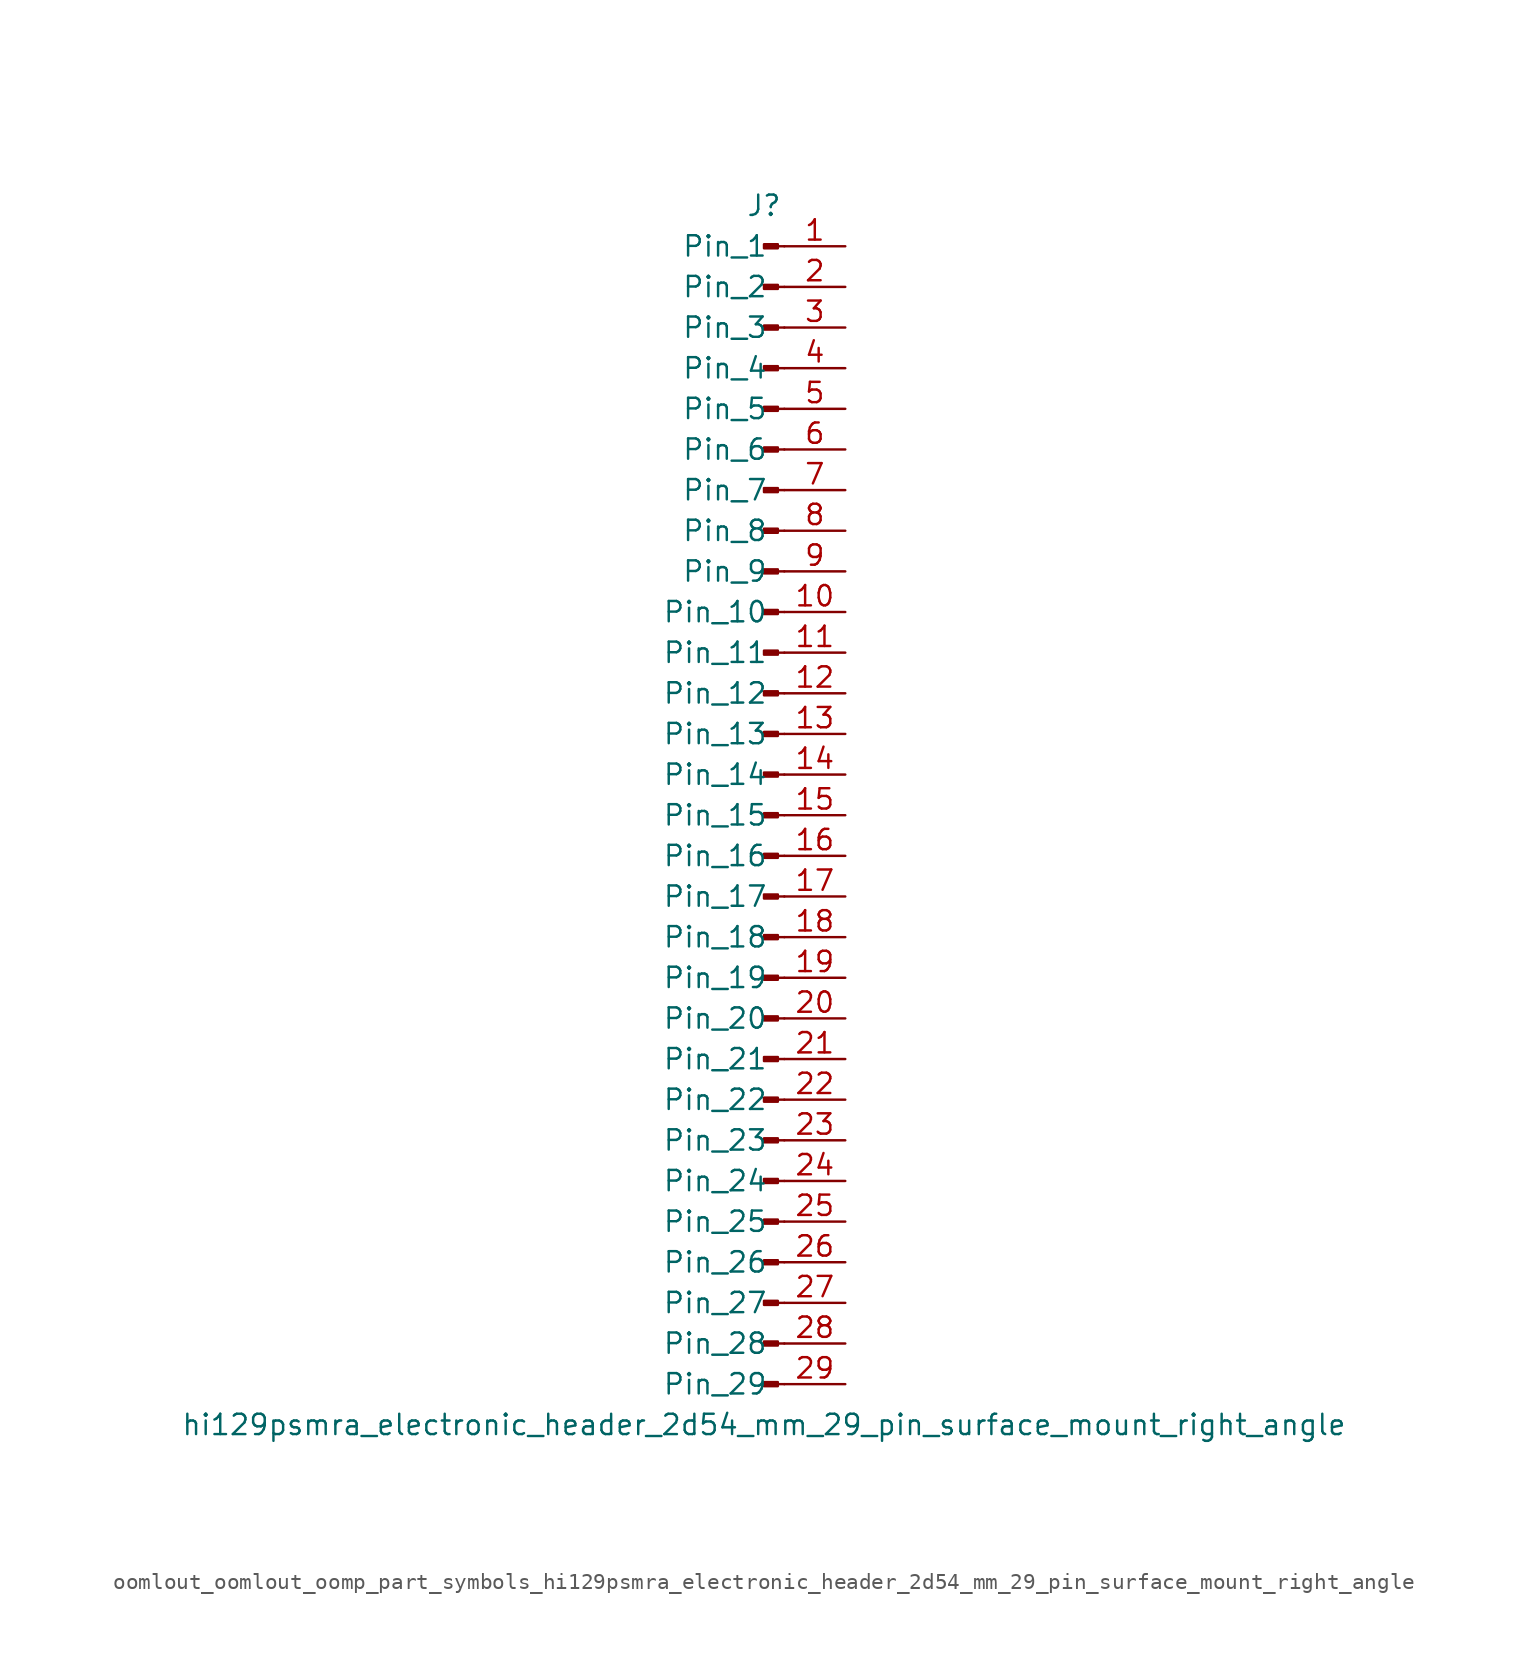
<source format=kicad_sym>
(kicad_symbol_lib
  (version 20220914)
  (generator kicad_symbol_editor)
  (symbol "oomlout_oomlout_oomp_part_symbols_hi129psmra_electronic_header_2d54_mm_29_pin_surface_mount_right_angle"
    (pin_names
      (offset 1.016))
    (property "Reference" "J"
      (at 0 38.1 0)
      (effects (font (size 1.27 1.27))))
    (property "Value" "hi129psmra_electronic_header_2d54_mm_29_pin_surface_mount_right_angle"
      (at 0 -38.1 0)
      (effects (font (size 1.27 1.27))))
    (property "ki_locked" ""
      (at 0 0 0)
      (effects (font (size 1.27 1.27))))
    (symbol "oomlout_oomlout_oomp_part_symbols_hi129psmra_electronic_header_2d54_mm_29_pin_surface_mount_right_angle_1_1"
      (polyline (pts (xy 1.27 -35.56) (xy 0.864 -35.56)) (stroke (width 0.152) (type default)) (fill (type none)))
      (polyline (pts (xy 1.27 -33.02) (xy 0.864 -33.02)) (stroke (width 0.152) (type default)) (fill (type none)))
      (polyline (pts (xy 1.27 -30.48) (xy 0.864 -30.48)) (stroke (width 0.152) (type default)) (fill (type none)))
      (polyline (pts (xy 1.27 -27.94) (xy 0.864 -27.94)) (stroke (width 0.152) (type default)) (fill (type none)))
      (polyline (pts (xy 1.27 -25.4) (xy 0.864 -25.4)) (stroke (width 0.152) (type default)) (fill (type none)))
      (polyline (pts (xy 1.27 -22.86) (xy 0.864 -22.86)) (stroke (width 0.152) (type default)) (fill (type none)))
      (polyline (pts (xy 1.27 -20.32) (xy 0.864 -20.32)) (stroke (width 0.152) (type default)) (fill (type none)))
      (polyline (pts (xy 1.27 -17.78) (xy 0.864 -17.78)) (stroke (width 0.152) (type default)) (fill (type none)))
      (polyline (pts (xy 1.27 -15.24) (xy 0.864 -15.24)) (stroke (width 0.152) (type default)) (fill (type none)))
      (polyline (pts (xy 1.27 -12.7) (xy 0.864 -12.7)) (stroke (width 0.152) (type default)) (fill (type none)))
      (polyline (pts (xy 1.27 -10.16) (xy 0.864 -10.16)) (stroke (width 0.152) (type default)) (fill (type none)))
      (polyline (pts (xy 1.27 -7.62) (xy 0.864 -7.62)) (stroke (width 0.152) (type default)) (fill (type none)))
      (polyline (pts (xy 1.27 -5.08) (xy 0.864 -5.08)) (stroke (width 0.152) (type default)) (fill (type none)))
      (polyline (pts (xy 1.27 -2.54) (xy 0.864 -2.54)) (stroke (width 0.152) (type default)) (fill (type none)))
      (polyline (pts (xy 1.27 0) (xy 0.864 0)) (stroke (width 0.152) (type default)) (fill (type none)))
      (polyline (pts (xy 1.27 2.54) (xy 0.864 2.54)) (stroke (width 0.152) (type default)) (fill (type none)))
      (polyline (pts (xy 1.27 5.08) (xy 0.864 5.08)) (stroke (width 0.152) (type default)) (fill (type none)))
      (polyline (pts (xy 1.27 7.62) (xy 0.864 7.62)) (stroke (width 0.152) (type default)) (fill (type none)))
      (polyline (pts (xy 1.27 10.16) (xy 0.864 10.16)) (stroke (width 0.152) (type default)) (fill (type none)))
      (polyline (pts (xy 1.27 12.7) (xy 0.864 12.7)) (stroke (width 0.152) (type default)) (fill (type none)))
      (polyline (pts (xy 1.27 15.24) (xy 0.864 15.24)) (stroke (width 0.152) (type default)) (fill (type none)))
      (polyline (pts (xy 1.27 17.78) (xy 0.864 17.78)) (stroke (width 0.152) (type default)) (fill (type none)))
      (polyline (pts (xy 1.27 20.32) (xy 0.864 20.32)) (stroke (width 0.152) (type default)) (fill (type none)))
      (polyline (pts (xy 1.27 22.86) (xy 0.864 22.86)) (stroke (width 0.152) (type default)) (fill (type none)))
      (polyline (pts (xy 1.27 25.4) (xy 0.864 25.4)) (stroke (width 0.152) (type default)) (fill (type none)))
      (polyline (pts (xy 1.27 27.94) (xy 0.864 27.94)) (stroke (width 0.152) (type default)) (fill (type none)))
      (polyline (pts (xy 1.27 30.48) (xy 0.864 30.48)) (stroke (width 0.152) (type default)) (fill (type none)))
      (polyline (pts (xy 1.27 33.02) (xy 0.864 33.02)) (stroke (width 0.152) (type default)) (fill (type none)))
      (polyline (pts (xy 1.27 35.56) (xy 0.864 35.56)) (stroke (width 0.152) (type default)) (fill (type none)))
      (rectangle (start 0.864 -35.433) (end 0 -35.687) (stroke (width 0.152) (type default)) (fill (type outline)))
      (rectangle (start 0.864 -32.893) (end 0 -33.147) (stroke (width 0.152) (type default)) (fill (type outline)))
      (rectangle (start 0.864 -30.353) (end 0 -30.607) (stroke (width 0.152) (type default)) (fill (type outline)))
      (rectangle (start 0.864 -27.813) (end 0 -28.067) (stroke (width 0.152) (type default)) (fill (type outline)))
      (rectangle (start 0.864 -25.273) (end 0 -25.527) (stroke (width 0.152) (type default)) (fill (type outline)))
      (rectangle (start 0.864 -22.733) (end 0 -22.987) (stroke (width 0.152) (type default)) (fill (type outline)))
      (rectangle (start 0.864 -20.193) (end 0 -20.447) (stroke (width 0.152) (type default)) (fill (type outline)))
      (rectangle (start 0.864 -17.653) (end 0 -17.907) (stroke (width 0.152) (type default)) (fill (type outline)))
      (rectangle (start 0.864 -15.113) (end 0 -15.367) (stroke (width 0.152) (type default)) (fill (type outline)))
      (rectangle (start 0.864 -12.573) (end 0 -12.827) (stroke (width 0.152) (type default)) (fill (type outline)))
      (rectangle (start 0.864 -10.033) (end 0 -10.287) (stroke (width 0.152) (type default)) (fill (type outline)))
      (rectangle (start 0.864 -7.493) (end 0 -7.747) (stroke (width 0.152) (type default)) (fill (type outline)))
      (rectangle (start 0.864 -4.953) (end 0 -5.207) (stroke (width 0.152) (type default)) (fill (type outline)))
      (rectangle (start 0.864 -2.413) (end 0 -2.667) (stroke (width 0.152) (type default)) (fill (type outline)))
      (rectangle (start 0.864 0.127) (end 0 -0.127) (stroke (width 0.152) (type default)) (fill (type outline)))
      (rectangle (start 0.864 2.667) (end 0 2.413) (stroke (width 0.152) (type default)) (fill (type outline)))
      (rectangle (start 0.864 5.207) (end 0 4.953) (stroke (width 0.152) (type default)) (fill (type outline)))
      (rectangle (start 0.864 7.747) (end 0 7.493) (stroke (width 0.152) (type default)) (fill (type outline)))
      (rectangle (start 0.864 10.287) (end 0 10.033) (stroke (width 0.152) (type default)) (fill (type outline)))
      (rectangle (start 0.864 12.827) (end 0 12.573) (stroke (width 0.152) (type default)) (fill (type outline)))
      (rectangle (start 0.864 15.367) (end 0 15.113) (stroke (width 0.152) (type default)) (fill (type outline)))
      (rectangle (start 0.864 17.907) (end 0 17.653) (stroke (width 0.152) (type default)) (fill (type outline)))
      (rectangle (start 0.864 20.447) (end 0 20.193) (stroke (width 0.152) (type default)) (fill (type outline)))
      (rectangle (start 0.864 22.987) (end 0 22.733) (stroke (width 0.152) (type default)) (fill (type outline)))
      (rectangle (start 0.864 25.527) (end 0 25.273) (stroke (width 0.152) (type default)) (fill (type outline)))
      (rectangle (start 0.864 28.067) (end 0 27.813) (stroke (width 0.152) (type default)) (fill (type outline)))
      (rectangle (start 0.864 30.607) (end 0 30.353) (stroke (width 0.152) (type default)) (fill (type outline)))
      (rectangle (start 0.864 33.147) (end 0 32.893) (stroke (width 0.152) (type default)) (fill (type outline)))
      (rectangle (start 0.864 35.687) (end 0 35.433) (stroke (width 0.152) (type default)) (fill (type outline)))
      (pin passive line (at 5.08 35.56 180) (length 3.81) (name "Pin_1" (effects (font (size 1.27 1.27)))) (number "1" (effects (font (size 1.27 1.27)))))
      (pin passive line (at 5.08 12.7 180) (length 3.81) (name "Pin_10" (effects (font (size 1.27 1.27)))) (number "10" (effects (font (size 1.27 1.27)))))
      (pin passive line (at 5.08 10.16 180) (length 3.81) (name "Pin_11" (effects (font (size 1.27 1.27)))) (number "11" (effects (font (size 1.27 1.27)))))
      (pin passive line (at 5.08 7.62 180) (length 3.81) (name "Pin_12" (effects (font (size 1.27 1.27)))) (number "12" (effects (font (size 1.27 1.27)))))
      (pin passive line (at 5.08 5.08 180) (length 3.81) (name "Pin_13" (effects (font (size 1.27 1.27)))) (number "13" (effects (font (size 1.27 1.27)))))
      (pin passive line (at 5.08 2.54 180) (length 3.81) (name "Pin_14" (effects (font (size 1.27 1.27)))) (number "14" (effects (font (size 1.27 1.27)))))
      (pin passive line (at 5.08 0 180) (length 3.81) (name "Pin_15" (effects (font (size 1.27 1.27)))) (number "15" (effects (font (size 1.27 1.27)))))
      (pin passive line (at 5.08 -2.54 180) (length 3.81) (name "Pin_16" (effects (font (size 1.27 1.27)))) (number "16" (effects (font (size 1.27 1.27)))))
      (pin passive line (at 5.08 -5.08 180) (length 3.81) (name "Pin_17" (effects (font (size 1.27 1.27)))) (number "17" (effects (font (size 1.27 1.27)))))
      (pin passive line (at 5.08 -7.62 180) (length 3.81) (name "Pin_18" (effects (font (size 1.27 1.27)))) (number "18" (effects (font (size 1.27 1.27)))))
      (pin passive line (at 5.08 -10.16 180) (length 3.81) (name "Pin_19" (effects (font (size 1.27 1.27)))) (number "19" (effects (font (size 1.27 1.27)))))
      (pin passive line (at 5.08 33.02 180) (length 3.81) (name "Pin_2" (effects (font (size 1.27 1.27)))) (number "2" (effects (font (size 1.27 1.27)))))
      (pin passive line (at 5.08 -12.7 180) (length 3.81) (name "Pin_20" (effects (font (size 1.27 1.27)))) (number "20" (effects (font (size 1.27 1.27)))))
      (pin passive line (at 5.08 -15.24 180) (length 3.81) (name "Pin_21" (effects (font (size 1.27 1.27)))) (number "21" (effects (font (size 1.27 1.27)))))
      (pin passive line (at 5.08 -17.78 180) (length 3.81) (name "Pin_22" (effects (font (size 1.27 1.27)))) (number "22" (effects (font (size 1.27 1.27)))))
      (pin passive line (at 5.08 -20.32 180) (length 3.81) (name "Pin_23" (effects (font (size 1.27 1.27)))) (number "23" (effects (font (size 1.27 1.27)))))
      (pin passive line (at 5.08 -22.86 180) (length 3.81) (name "Pin_24" (effects (font (size 1.27 1.27)))) (number "24" (effects (font (size 1.27 1.27)))))
      (pin passive line (at 5.08 -25.4 180) (length 3.81) (name "Pin_25" (effects (font (size 1.27 1.27)))) (number "25" (effects (font (size 1.27 1.27)))))
      (pin passive line (at 5.08 -27.94 180) (length 3.81) (name "Pin_26" (effects (font (size 1.27 1.27)))) (number "26" (effects (font (size 1.27 1.27)))))
      (pin passive line (at 5.08 -30.48 180) (length 3.81) (name "Pin_27" (effects (font (size 1.27 1.27)))) (number "27" (effects (font (size 1.27 1.27)))))
      (pin passive line (at 5.08 -33.02 180) (length 3.81) (name "Pin_28" (effects (font (size 1.27 1.27)))) (number "28" (effects (font (size 1.27 1.27)))))
      (pin passive line (at 5.08 -35.56 180) (length 3.81) (name "Pin_29" (effects (font (size 1.27 1.27)))) (number "29" (effects (font (size 1.27 1.27)))))
      (pin passive line (at 5.08 30.48 180) (length 3.81) (name "Pin_3" (effects (font (size 1.27 1.27)))) (number "3" (effects (font (size 1.27 1.27)))))
      (pin passive line (at 5.08 27.94 180) (length 3.81) (name "Pin_4" (effects (font (size 1.27 1.27)))) (number "4" (effects (font (size 1.27 1.27)))))
      (pin passive line (at 5.08 25.4 180) (length 3.81) (name "Pin_5" (effects (font (size 1.27 1.27)))) (number "5" (effects (font (size 1.27 1.27)))))
      (pin passive line (at 5.08 22.86 180) (length 3.81) (name "Pin_6" (effects (font (size 1.27 1.27)))) (number "6" (effects (font (size 1.27 1.27)))))
      (pin passive line (at 5.08 20.32 180) (length 3.81) (name "Pin_7" (effects (font (size 1.27 1.27)))) (number "7" (effects (font (size 1.27 1.27)))))
      (pin passive line (at 5.08 17.78 180) (length 3.81) (name "Pin_8" (effects (font (size 1.27 1.27)))) (number "8" (effects (font (size 1.27 1.27)))))
      (pin passive line (at 5.08 15.24 180) (length 3.81) (name "Pin_9" (effects (font (size 1.27 1.27)))) (number "9" (effects (font (size 1.27 1.27))))))))
</source>
